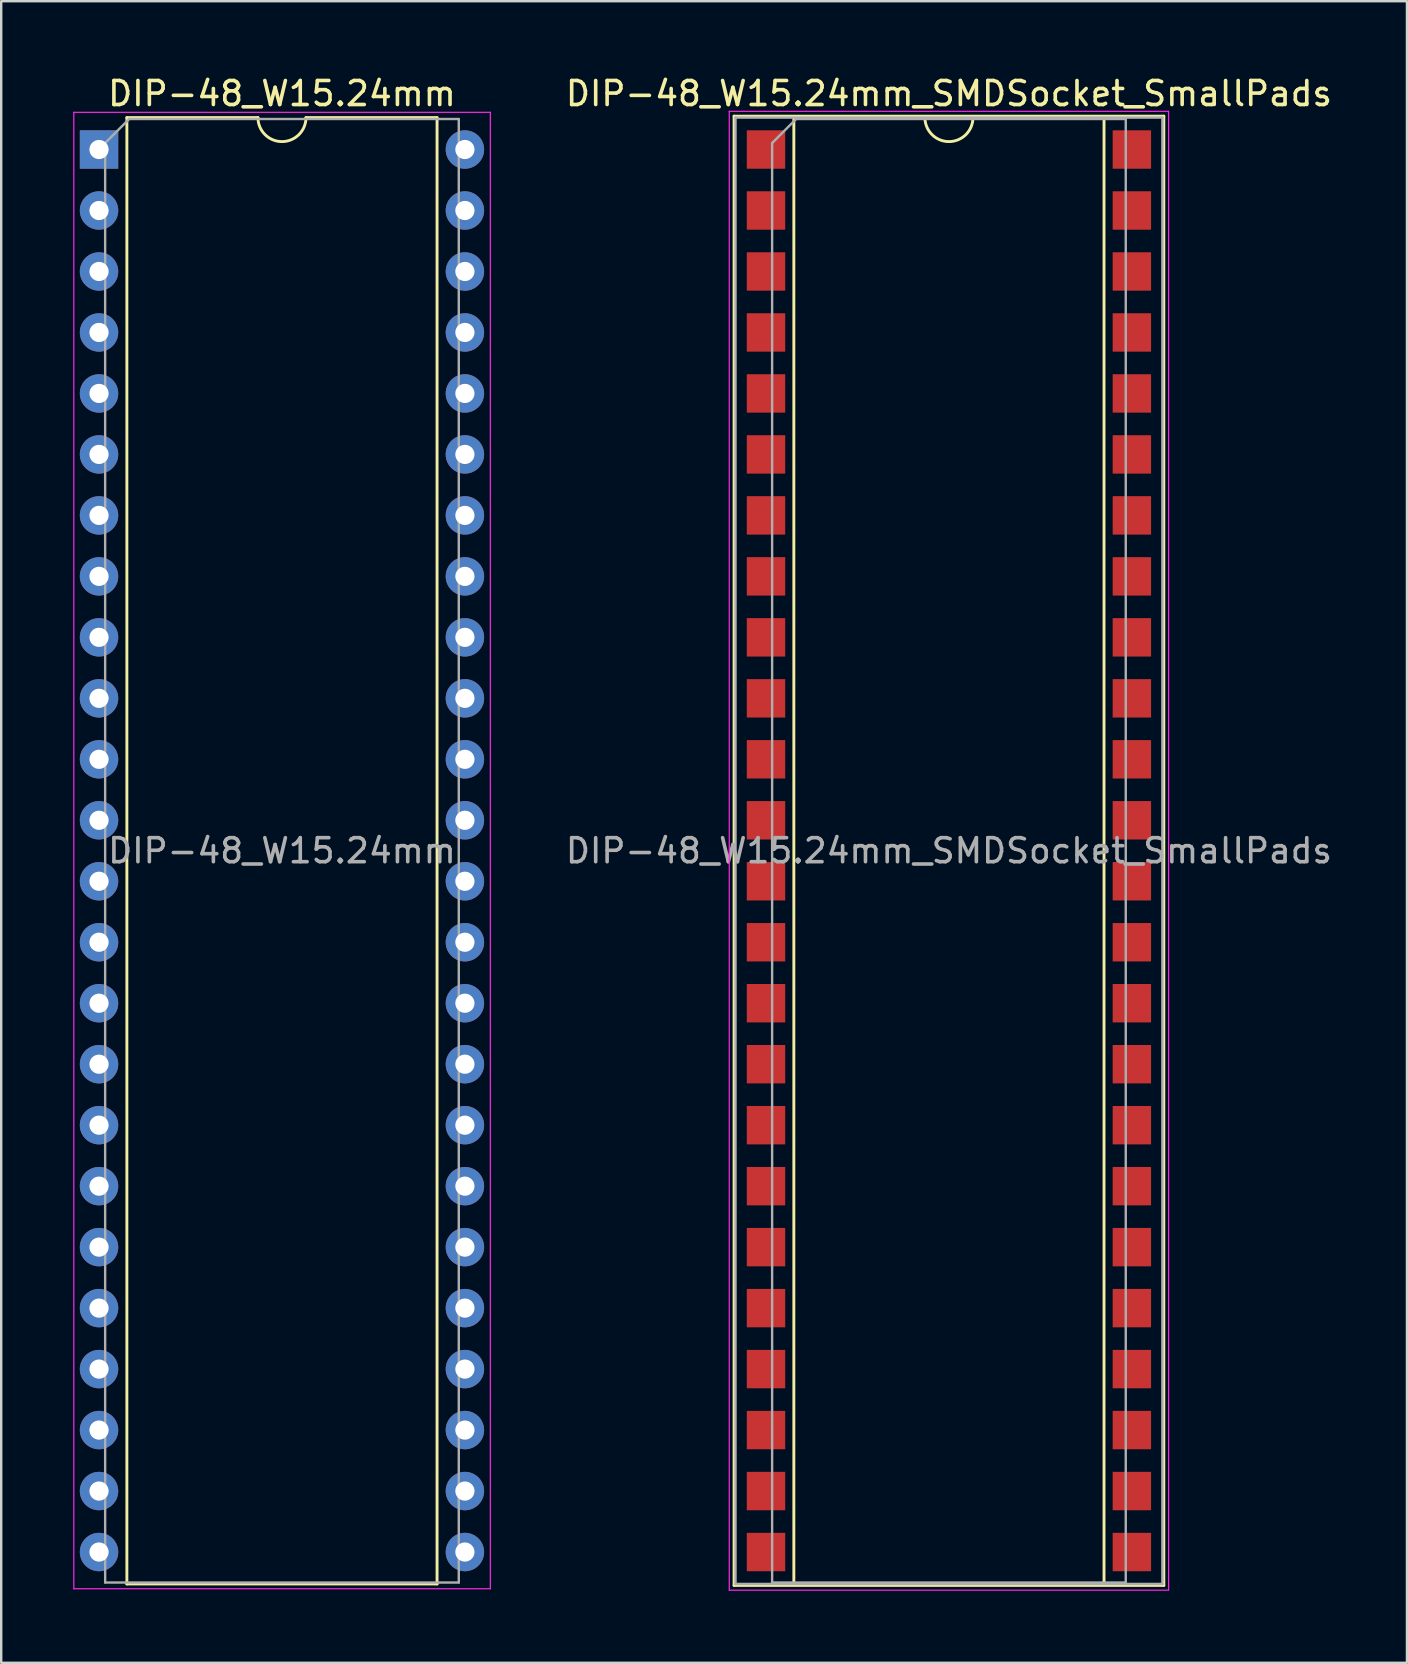
<source format=kicad_pcb>
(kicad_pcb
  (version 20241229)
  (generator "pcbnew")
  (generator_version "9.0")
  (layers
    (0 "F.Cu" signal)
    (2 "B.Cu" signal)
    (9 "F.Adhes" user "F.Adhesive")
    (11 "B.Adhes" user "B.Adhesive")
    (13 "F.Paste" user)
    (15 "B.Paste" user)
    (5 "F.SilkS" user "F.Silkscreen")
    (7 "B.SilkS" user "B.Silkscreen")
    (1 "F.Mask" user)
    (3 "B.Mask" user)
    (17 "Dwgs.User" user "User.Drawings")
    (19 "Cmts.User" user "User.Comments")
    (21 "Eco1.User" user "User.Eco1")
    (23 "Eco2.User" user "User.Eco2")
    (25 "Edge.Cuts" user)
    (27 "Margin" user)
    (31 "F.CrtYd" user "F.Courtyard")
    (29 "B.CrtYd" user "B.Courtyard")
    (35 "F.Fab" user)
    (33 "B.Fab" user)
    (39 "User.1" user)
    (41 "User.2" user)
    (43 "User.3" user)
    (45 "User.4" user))
  (footprint "DIP-48_W15.24mm"
    (layer "F.Cu")
    (at 1.075 3.178)
    (property "Reference" "DIP-48_W15.24mm" (at 7.62 -2.33 0) (layer "F.SilkS") (effects (font (size 1 1) (thickness 0.15))))
    (attr through_hole)
    (fp_line (start 1.16 -1.33) (end 1.16 59.75) (stroke (width 0.12) (type solid)) (layer "F.SilkS"))
    (fp_line (start 1.16 59.75) (end 14.08 59.75) (stroke (width 0.12) (type solid)) (layer "F.SilkS"))
    (fp_line (start 6.62 -1.33) (end 1.16 -1.33) (stroke (width 0.12) (type solid)) (layer "F.SilkS"))
    (fp_line (start 14.08 -1.33) (end 8.62 -1.33) (stroke (width 0.12) (type solid)) (layer "F.SilkS"))
    (fp_line (start 14.08 59.75) (end 14.08 -1.33) (stroke (width 0.12) (type solid)) (layer "F.SilkS"))
    (fp_arc (start 8.62 -1.33) (mid 7.62 -0.33) (end 6.62 -1.33) (stroke (width 0.12) (type solid)) (layer "F.SilkS"))
    (fp_line (start -1.05 -1.55) (end -1.05 59.95) (stroke (width 0.05) (type solid)) (layer "F.CrtYd"))
    (fp_line (start -1.05 59.95) (end 16.3 59.95) (stroke (width 0.05) (type solid)) (layer "F.CrtYd"))
    (fp_line (start 16.3 -1.55) (end -1.05 -1.55) (stroke (width 0.05) (type solid)) (layer "F.CrtYd"))
    (fp_line (start 16.3 59.95) (end 16.3 -1.55) (stroke (width 0.05) (type solid)) (layer "F.CrtYd"))
    (fp_line (start 0.255 -0.27) (end 1.255 -1.27) (stroke (width 0.1) (type solid)) (layer "F.Fab"))
    (fp_line (start 0.255 59.69) (end 0.255 -0.27) (stroke (width 0.1) (type solid)) (layer "F.Fab"))
    (fp_line (start 1.255 -1.27) (end 14.985 -1.27) (stroke (width 0.1) (type solid)) (layer "F.Fab"))
    (fp_line (start 14.985 -1.27) (end 14.985 59.69) (stroke (width 0.1) (type solid)) (layer "F.Fab"))
    (fp_line (start 14.985 59.69) (end 0.255 59.69) (stroke (width 0.1) (type solid)) (layer "F.Fab"))
    (fp_text user "${REFERENCE}" (at 7.62 29.21 0) (layer "F.Fab") (effects (font (size 1 1) (thickness 0.15))))
    (pad "1" thru_hole rect (at 0 0) (size 1.6 1.6) (drill 0.8) (layers "*.Cu" "*.Mask"))
    (pad "2" thru_hole oval (at 0 2.54) (size 1.6 1.6) (drill 0.8) (layers "*.Cu" "*.Mask"))
    (pad "3" thru_hole oval (at 0 5.08) (size 1.6 1.6) (drill 0.8) (layers "*.Cu" "*.Mask"))
    (pad "4" thru_hole oval (at 0 7.62) (size 1.6 1.6) (drill 0.8) (layers "*.Cu" "*.Mask"))
    (pad "5" thru_hole oval (at 0 10.16) (size 1.6 1.6) (drill 0.8) (layers "*.Cu" "*.Mask"))
    (pad "6" thru_hole oval (at 0 12.7) (size 1.6 1.6) (drill 0.8) (layers "*.Cu" "*.Mask"))
    (pad "7" thru_hole oval (at 0 15.24) (size 1.6 1.6) (drill 0.8) (layers "*.Cu" "*.Mask"))
    (pad "8" thru_hole oval (at 0 17.78) (size 1.6 1.6) (drill 0.8) (layers "*.Cu" "*.Mask"))
    (pad "9" thru_hole oval (at 0 20.32) (size 1.6 1.6) (drill 0.8) (layers "*.Cu" "*.Mask"))
    (pad "10" thru_hole oval (at 0 22.86) (size 1.6 1.6) (drill 0.8) (layers "*.Cu" "*.Mask"))
    (pad "11" thru_hole oval (at 0 25.4) (size 1.6 1.6) (drill 0.8) (layers "*.Cu" "*.Mask"))
    (pad "12" thru_hole oval (at 0 27.94) (size 1.6 1.6) (drill 0.8) (layers "*.Cu" "*.Mask"))
    (pad "13" thru_hole oval (at 0 30.48) (size 1.6 1.6) (drill 0.8) (layers "*.Cu" "*.Mask"))
    (pad "14" thru_hole oval (at 0 33.02) (size 1.6 1.6) (drill 0.8) (layers "*.Cu" "*.Mask"))
    (pad "15" thru_hole oval (at 0 35.56) (size 1.6 1.6) (drill 0.8) (layers "*.Cu" "*.Mask"))
    (pad "16" thru_hole oval (at 0 38.1) (size 1.6 1.6) (drill 0.8) (layers "*.Cu" "*.Mask"))
    (pad "17" thru_hole oval (at 0 40.64) (size 1.6 1.6) (drill 0.8) (layers "*.Cu" "*.Mask"))
    (pad "18" thru_hole oval (at 0 43.18) (size 1.6 1.6) (drill 0.8) (layers "*.Cu" "*.Mask"))
    (pad "19" thru_hole oval (at 0 45.72) (size 1.6 1.6) (drill 0.8) (layers "*.Cu" "*.Mask"))
    (pad "20" thru_hole oval (at 0 48.26) (size 1.6 1.6) (drill 0.8) (layers "*.Cu" "*.Mask"))
    (pad "21" thru_hole oval (at 0 50.8) (size 1.6 1.6) (drill 0.8) (layers "*.Cu" "*.Mask"))
    (pad "22" thru_hole oval (at 0 53.34) (size 1.6 1.6) (drill 0.8) (layers "*.Cu" "*.Mask"))
    (pad "23" thru_hole oval (at 0 55.88) (size 1.6 1.6) (drill 0.8) (layers "*.Cu" "*.Mask"))
    (pad "24" thru_hole oval (at 0 58.42) (size 1.6 1.6) (drill 0.8) (layers "*.Cu" "*.Mask"))
    (pad "25" thru_hole oval (at 15.24 58.42) (size 1.6 1.6) (drill 0.8) (layers "*.Cu" "*.Mask"))
    (pad "26" thru_hole oval (at 15.24 55.88) (size 1.6 1.6) (drill 0.8) (layers "*.Cu" "*.Mask"))
    (pad "27" thru_hole oval (at 15.24 53.34) (size 1.6 1.6) (drill 0.8) (layers "*.Cu" "*.Mask"))
    (pad "28" thru_hole oval (at 15.24 50.8) (size 1.6 1.6) (drill 0.8) (layers "*.Cu" "*.Mask"))
    (pad "29" thru_hole oval (at 15.24 48.26) (size 1.6 1.6) (drill 0.8) (layers "*.Cu" "*.Mask"))
    (pad "30" thru_hole oval (at 15.24 45.72) (size 1.6 1.6) (drill 0.8) (layers "*.Cu" "*.Mask"))
    (pad "31" thru_hole oval (at 15.24 43.18) (size 1.6 1.6) (drill 0.8) (layers "*.Cu" "*.Mask"))
    (pad "32" thru_hole oval (at 15.24 40.64) (size 1.6 1.6) (drill 0.8) (layers "*.Cu" "*.Mask"))
    (pad "33" thru_hole oval (at 15.24 38.1) (size 1.6 1.6) (drill 0.8) (layers "*.Cu" "*.Mask"))
    (pad "34" thru_hole oval (at 15.24 35.56) (size 1.6 1.6) (drill 0.8) (layers "*.Cu" "*.Mask"))
    (pad "35" thru_hole oval (at 15.24 33.02) (size 1.6 1.6) (drill 0.8) (layers "*.Cu" "*.Mask"))
    (pad "36" thru_hole oval (at 15.24 30.48) (size 1.6 1.6) (drill 0.8) (layers "*.Cu" "*.Mask"))
    (pad "37" thru_hole oval (at 15.24 27.94) (size 1.6 1.6) (drill 0.8) (layers "*.Cu" "*.Mask"))
    (pad "38" thru_hole oval (at 15.24 25.4) (size 1.6 1.6) (drill 0.8) (layers "*.Cu" "*.Mask"))
    (pad "39" thru_hole oval (at 15.24 22.86) (size 1.6 1.6) (drill 0.8) (layers "*.Cu" "*.Mask"))
    (pad "40" thru_hole oval (at 15.24 20.32) (size 1.6 1.6) (drill 0.8) (layers "*.Cu" "*.Mask"))
    (pad "41" thru_hole oval (at 15.24 17.78) (size 1.6 1.6) (drill 0.8) (layers "*.Cu" "*.Mask"))
    (pad "42" thru_hole oval (at 15.24 15.24) (size 1.6 1.6) (drill 0.8) (layers "*.Cu" "*.Mask"))
    (pad "43" thru_hole oval (at 15.24 12.7) (size 1.6 1.6) (drill 0.8) (layers "*.Cu" "*.Mask"))
    (pad "44" thru_hole oval (at 15.24 10.16) (size 1.6 1.6) (drill 0.8) (layers "*.Cu" "*.Mask"))
    (pad "45" thru_hole oval (at 15.24 7.62) (size 1.6 1.6) (drill 0.8) (layers "*.Cu" "*.Mask"))
    (pad "46" thru_hole oval (at 15.24 5.08) (size 1.6 1.6) (drill 0.8) (layers "*.Cu" "*.Mask"))
    (pad "47" thru_hole oval (at 15.24 2.54) (size 1.6 1.6) (drill 0.8) (layers "*.Cu" "*.Mask"))
    (pad "48" thru_hole oval (at 15.24 0) (size 1.6 1.6) (drill 0.8) (layers "*.Cu" "*.Mask")))
  (footprint "DIP-48_W15.24mm_SMDSocket_SmallPads"
    (layer "F.Cu")
    (at 36.477 32.388)
    (property "Reference" "DIP-48_W15.24mm_SMDSocket_SmallPads" (at 0 -31.54 0) (layer "F.SilkS") (effects (font (size 1 1) (thickness 0.15))))
    (attr smd)
    (fp_line (start -8.95 -30.6) (end -8.95 30.6) (stroke (width 0.12) (type solid)) (layer "F.SilkS"))
    (fp_line (start -8.95 30.6) (end 8.95 30.6) (stroke (width 0.12) (type solid)) (layer "F.SilkS"))
    (fp_line (start -6.46 -30.54) (end -6.46 30.54) (stroke (width 0.12) (type solid)) (layer "F.SilkS"))
    (fp_line (start -6.46 30.54) (end 6.46 30.54) (stroke (width 0.12) (type solid)) (layer "F.SilkS"))
    (fp_line (start -1 -30.54) (end -6.46 -30.54) (stroke (width 0.12) (type solid)) (layer "F.SilkS"))
    (fp_line (start 6.46 -30.54) (end 1 -30.54) (stroke (width 0.12) (type solid)) (layer "F.SilkS"))
    (fp_line (start 6.46 30.54) (end 6.46 -30.54) (stroke (width 0.12) (type solid)) (layer "F.SilkS"))
    (fp_line (start 8.95 -30.6) (end -8.95 -30.6) (stroke (width 0.12) (type solid)) (layer "F.SilkS"))
    (fp_line (start 8.95 30.6) (end 8.95 -30.6) (stroke (width 0.12) (type solid)) (layer "F.SilkS"))
    (fp_arc (start 1 -30.54) (mid 0 -29.54) (end -1 -30.54) (stroke (width 0.12) (type solid)) (layer "F.SilkS"))
    (fp_line (start -9.15 -30.8) (end -9.15 30.8) (stroke (width 0.05) (type solid)) (layer "F.CrtYd"))
    (fp_line (start -9.15 30.8) (end 9.15 30.8) (stroke (width 0.05) (type solid)) (layer "F.CrtYd"))
    (fp_line (start 9.15 -30.8) (end -9.15 -30.8) (stroke (width 0.05) (type solid)) (layer "F.CrtYd"))
    (fp_line (start 9.15 30.8) (end 9.15 -30.8) (stroke (width 0.05) (type solid)) (layer "F.CrtYd"))
    (fp_line (start -8.89 -30.54) (end -8.89 30.54) (stroke (width 0.1) (type solid)) (layer "F.Fab"))
    (fp_line (start -8.89 30.54) (end 8.89 30.54) (stroke (width 0.1) (type solid)) (layer "F.Fab"))
    (fp_line (start -7.365 -29.48) (end -6.365 -30.48) (stroke (width 0.1) (type solid)) (layer "F.Fab"))
    (fp_line (start -7.365 30.48) (end -7.365 -29.48) (stroke (width 0.1) (type solid)) (layer "F.Fab"))
    (fp_line (start -6.365 -30.48) (end 7.365 -30.48) (stroke (width 0.1) (type solid)) (layer "F.Fab"))
    (fp_line (start 7.365 -30.48) (end 7.365 30.48) (stroke (width 0.1) (type solid)) (layer "F.Fab"))
    (fp_line (start 7.365 30.48) (end -7.365 30.48) (stroke (width 0.1) (type solid)) (layer "F.Fab"))
    (fp_line (start 8.89 -30.54) (end -8.89 -30.54) (stroke (width 0.1) (type solid)) (layer "F.Fab"))
    (fp_line (start 8.89 30.54) (end 8.89 -30.54) (stroke (width 0.1) (type solid)) (layer "F.Fab"))
    (fp_text user "${REFERENCE}" (at 0 0 0) (layer "F.Fab") (effects (font (size 1 1) (thickness 0.15))))
    (pad "1" smd rect (at -7.62 -29.21) (size 1.6 1.6) (layers "F.Cu" "F.Mask" "F.Paste"))
    (pad "2" smd rect (at -7.62 -26.67) (size 1.6 1.6) (layers "F.Cu" "F.Mask" "F.Paste"))
    (pad "3" smd rect (at -7.62 -24.13) (size 1.6 1.6) (layers "F.Cu" "F.Mask" "F.Paste"))
    (pad "4" smd rect (at -7.62 -21.59) (size 1.6 1.6) (layers "F.Cu" "F.Mask" "F.Paste"))
    (pad "5" smd rect (at -7.62 -19.05) (size 1.6 1.6) (layers "F.Cu" "F.Mask" "F.Paste"))
    (pad "6" smd rect (at -7.62 -16.51) (size 1.6 1.6) (layers "F.Cu" "F.Mask" "F.Paste"))
    (pad "7" smd rect (at -7.62 -13.97) (size 1.6 1.6) (layers "F.Cu" "F.Mask" "F.Paste"))
    (pad "8" smd rect (at -7.62 -11.43) (size 1.6 1.6) (layers "F.Cu" "F.Mask" "F.Paste"))
    (pad "9" smd rect (at -7.62 -8.89) (size 1.6 1.6) (layers "F.Cu" "F.Mask" "F.Paste"))
    (pad "10" smd rect (at -7.62 -6.35) (size 1.6 1.6) (layers "F.Cu" "F.Mask" "F.Paste"))
    (pad "11" smd rect (at -7.62 -3.81) (size 1.6 1.6) (layers "F.Cu" "F.Mask" "F.Paste"))
    (pad "12" smd rect (at -7.62 -1.27) (size 1.6 1.6) (layers "F.Cu" "F.Mask" "F.Paste"))
    (pad "13" smd rect (at -7.62 1.27) (size 1.6 1.6) (layers "F.Cu" "F.Mask" "F.Paste"))
    (pad "14" smd rect (at -7.62 3.81) (size 1.6 1.6) (layers "F.Cu" "F.Mask" "F.Paste"))
    (pad "15" smd rect (at -7.62 6.35) (size 1.6 1.6) (layers "F.Cu" "F.Mask" "F.Paste"))
    (pad "16" smd rect (at -7.62 8.89) (size 1.6 1.6) (layers "F.Cu" "F.Mask" "F.Paste"))
    (pad "17" smd rect (at -7.62 11.43) (size 1.6 1.6) (layers "F.Cu" "F.Mask" "F.Paste"))
    (pad "18" smd rect (at -7.62 13.97) (size 1.6 1.6) (layers "F.Cu" "F.Mask" "F.Paste"))
    (pad "19" smd rect (at -7.62 16.51) (size 1.6 1.6) (layers "F.Cu" "F.Mask" "F.Paste"))
    (pad "20" smd rect (at -7.62 19.05) (size 1.6 1.6) (layers "F.Cu" "F.Mask" "F.Paste"))
    (pad "21" smd rect (at -7.62 21.59) (size 1.6 1.6) (layers "F.Cu" "F.Mask" "F.Paste"))
    (pad "22" smd rect (at -7.62 24.13) (size 1.6 1.6) (layers "F.Cu" "F.Mask" "F.Paste"))
    (pad "23" smd rect (at -7.62 26.67) (size 1.6 1.6) (layers "F.Cu" "F.Mask" "F.Paste"))
    (pad "24" smd rect (at -7.62 29.21) (size 1.6 1.6) (layers "F.Cu" "F.Mask" "F.Paste"))
    (pad "25" smd rect (at 7.62 29.21) (size 1.6 1.6) (layers "F.Cu" "F.Mask" "F.Paste"))
    (pad "26" smd rect (at 7.62 26.67) (size 1.6 1.6) (layers "F.Cu" "F.Mask" "F.Paste"))
    (pad "27" smd rect (at 7.62 24.13) (size 1.6 1.6) (layers "F.Cu" "F.Mask" "F.Paste"))
    (pad "28" smd rect (at 7.62 21.59) (size 1.6 1.6) (layers "F.Cu" "F.Mask" "F.Paste"))
    (pad "29" smd rect (at 7.62 19.05) (size 1.6 1.6) (layers "F.Cu" "F.Mask" "F.Paste"))
    (pad "30" smd rect (at 7.62 16.51) (size 1.6 1.6) (layers "F.Cu" "F.Mask" "F.Paste"))
    (pad "31" smd rect (at 7.62 13.97) (size 1.6 1.6) (layers "F.Cu" "F.Mask" "F.Paste"))
    (pad "32" smd rect (at 7.62 11.43) (size 1.6 1.6) (layers "F.Cu" "F.Mask" "F.Paste"))
    (pad "33" smd rect (at 7.62 8.89) (size 1.6 1.6) (layers "F.Cu" "F.Mask" "F.Paste"))
    (pad "34" smd rect (at 7.62 6.35) (size 1.6 1.6) (layers "F.Cu" "F.Mask" "F.Paste"))
    (pad "35" smd rect (at 7.62 3.81) (size 1.6 1.6) (layers "F.Cu" "F.Mask" "F.Paste"))
    (pad "36" smd rect (at 7.62 1.27) (size 1.6 1.6) (layers "F.Cu" "F.Mask" "F.Paste"))
    (pad "37" smd rect (at 7.62 -1.27) (size 1.6 1.6) (layers "F.Cu" "F.Mask" "F.Paste"))
    (pad "38" smd rect (at 7.62 -3.81) (size 1.6 1.6) (layers "F.Cu" "F.Mask" "F.Paste"))
    (pad "39" smd rect (at 7.62 -6.35) (size 1.6 1.6) (layers "F.Cu" "F.Mask" "F.Paste"))
    (pad "40" smd rect (at 7.62 -8.89) (size 1.6 1.6) (layers "F.Cu" "F.Mask" "F.Paste"))
    (pad "41" smd rect (at 7.62 -11.43) (size 1.6 1.6) (layers "F.Cu" "F.Mask" "F.Paste"))
    (pad "42" smd rect (at 7.62 -13.97) (size 1.6 1.6) (layers "F.Cu" "F.Mask" "F.Paste"))
    (pad "43" smd rect (at 7.62 -16.51) (size 1.6 1.6) (layers "F.Cu" "F.Mask" "F.Paste"))
    (pad "44" smd rect (at 7.62 -19.05) (size 1.6 1.6) (layers "F.Cu" "F.Mask" "F.Paste"))
    (pad "45" smd rect (at 7.62 -21.59) (size 1.6 1.6) (layers "F.Cu" "F.Mask" "F.Paste"))
    (pad "46" smd rect (at 7.62 -24.13) (size 1.6 1.6) (layers "F.Cu" "F.Mask" "F.Paste"))
    (pad "47" smd rect (at 7.62 -26.67) (size 1.6 1.6) (layers "F.Cu" "F.Mask" "F.Paste"))
    (pad "48" smd rect (at 7.62 -29.21) (size 1.6 1.6) (layers "F.Cu" "F.Mask" "F.Paste")))
  (gr_rect
    (start -3 -3)
    (end 55.555 66.213)
    (stroke (width 0.1) (type default))
    (fill no)
    (layer "Edge.Cuts")))
</source>
